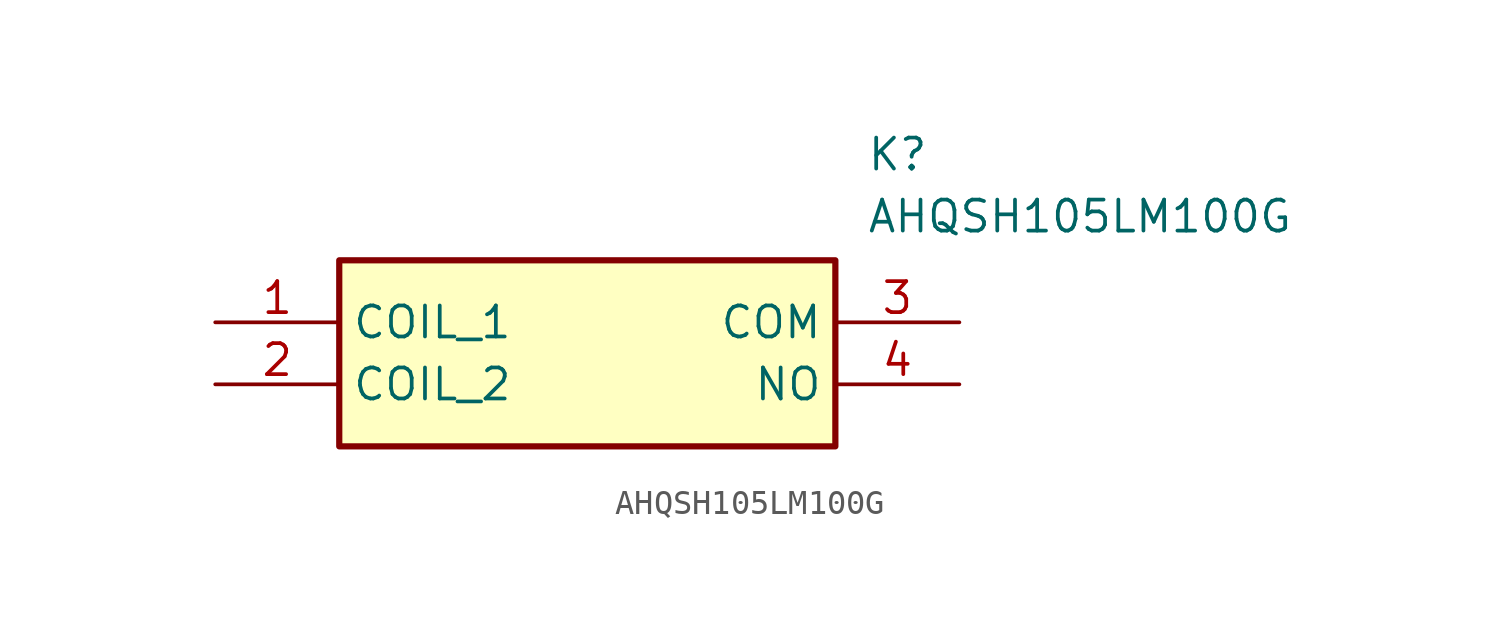
<source format=kicad_sym>
(kicad_symbol_lib
  (version 20211014)
  (generator SamacSys_ECAD_Model)
  (symbol "AHQSH105LM100G"
    (property "Reference" "K"
      (at 26.67 7.62 0)
      (effects (font (size 1.27 1.27)) (justify left top)))
    (property "Value" "AHQSH105LM100G"
      (at 26.67 5.08 0)
      (effects (font (size 1.27 1.27)) (justify left top)))
    (rectangle
      (start 5.08 2.54)
      (end 25.4 -5.08)
      (stroke (width 0.254) (type default))
      (fill (type background)))
    (pin passive line
      (at 0 0 0)
      (length 5.08)
      (name "COIL_1" (effects (font (size 1.27 1.27))))
      (number "1" (effects (font (size 1.27 1.27)))))
    (pin passive line
      (at 0 -2.54 0)
      (length 5.08)
      (name "COIL_2" (effects (font (size 1.27 1.27))))
      (number "2" (effects (font (size 1.27 1.27)))))
    (pin passive line
      (at 30.48 0 180)
      (length 5.08)
      (name "COM" (effects (font (size 1.27 1.27))))
      (number "3" (effects (font (size 1.27 1.27)))))
    (pin passive line
      (at 30.48 -2.54 180)
      (length 5.08)
      (name "NO" (effects (font (size 1.27 1.27))))
      (number "4" (effects (font (size 1.27 1.27)))))))
</source>
